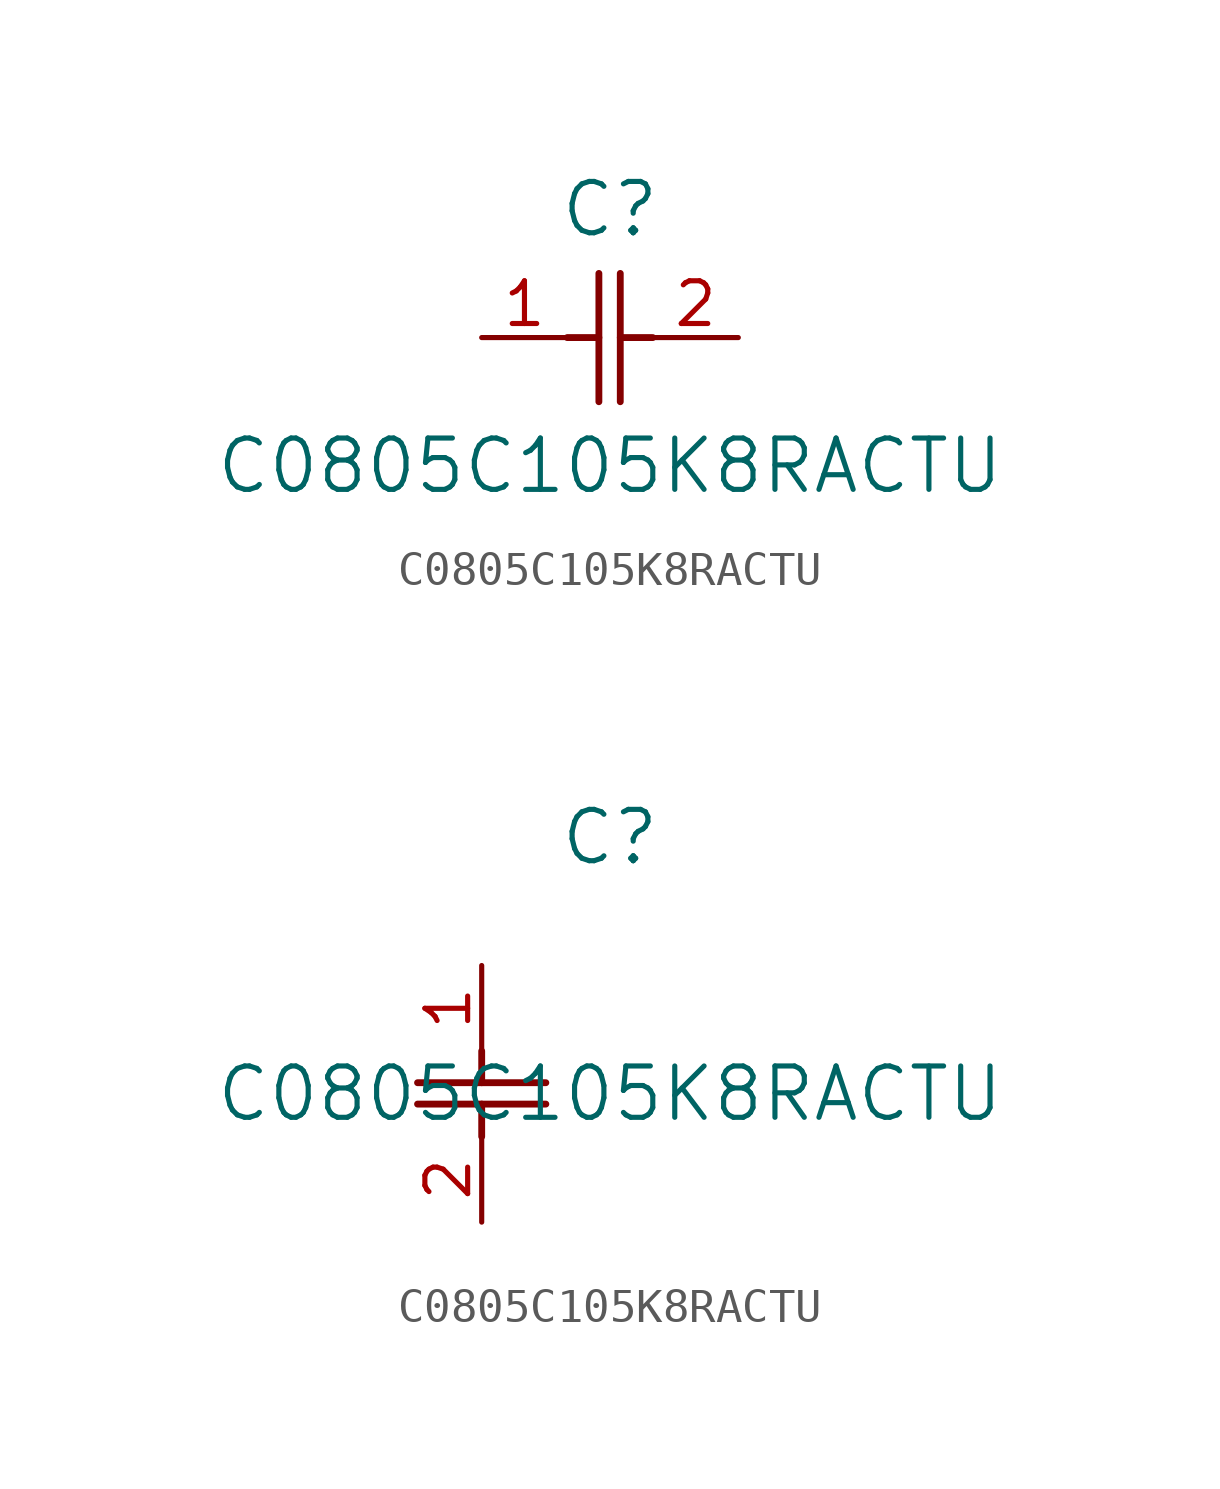
<source format=kicad_sym>
(kicad_symbol_lib
  (version 20211014)
  (generator kicad_symbol_editor)
  (symbol "C0805C105K8RACTU"
    (pin_names
      (offset 0.254))
    (property "Reference" "C"
      (at 3.81 3.81 0)
      (effects (font (size 1.524 1.524))))
    (property "Value" "C0805C105K8RACTU"
      (at 3.81 -3.81 0)
      (effects (font (size 1.524 1.524))))
    (symbol "C0805C105K8RACTU_1_1"
      (polyline (pts (xy 3.48 -1.905) (xy 3.48 1.905)) (stroke (width 0.203) (type default) (color 0 0 0 0)) (fill (type none)))
      (polyline (pts (xy 4.115 -1.905) (xy 4.115 1.905)) (stroke (width 0.203) (type default) (color 0 0 0 0)) (fill (type none)))
      (polyline (pts (xy 4.115 0) (xy 5.08 0)) (stroke (width 0.203) (type default) (color 0 0 0 0)) (fill (type none)))
      (polyline (pts (xy 2.54 0) (xy 3.48 0)) (stroke (width 0.203) (type default) (color 0 0 0 0)) (fill (type none)))
      (pin unspecified line (at 0 0 0) (length 2.54) (name "" (effects (font (size 1.27 1.27)))) (number "1" (effects (font (size 1.27 1.27)))))
      (pin unspecified line (at 7.62 0 180) (length 2.54) (name "" (effects (font (size 1.27 1.27)))) (number "2" (effects (font (size 1.27 1.27))))))
    (symbol "C0805C105K8RACTU_1_2"
      (polyline (pts (xy -1.905 -3.48) (xy 1.905 -3.48)) (stroke (width 0.203) (type default) (color 0 0 0 0)) (fill (type none)))
      (polyline (pts (xy -1.905 -4.115) (xy 1.905 -4.115)) (stroke (width 0.203) (type default) (color 0 0 0 0)) (fill (type none)))
      (polyline (pts (xy 0 -4.115) (xy 0 -5.08)) (stroke (width 0.203) (type default) (color 0 0 0 0)) (fill (type none)))
      (polyline (pts (xy 0 -2.54) (xy 0 -3.48)) (stroke (width 0.203) (type default) (color 0 0 0 0)) (fill (type none)))
      (pin unspecified line (at 0 0 270) (length 2.54) (name "" (effects (font (size 1.27 1.27)))) (number "1" (effects (font (size 1.27 1.27)))))
      (pin unspecified line (at 0 -7.62 90) (length 2.54) (name "" (effects (font (size 1.27 1.27)))) (number "2" (effects (font (size 1.27 1.27))))))))
</source>
